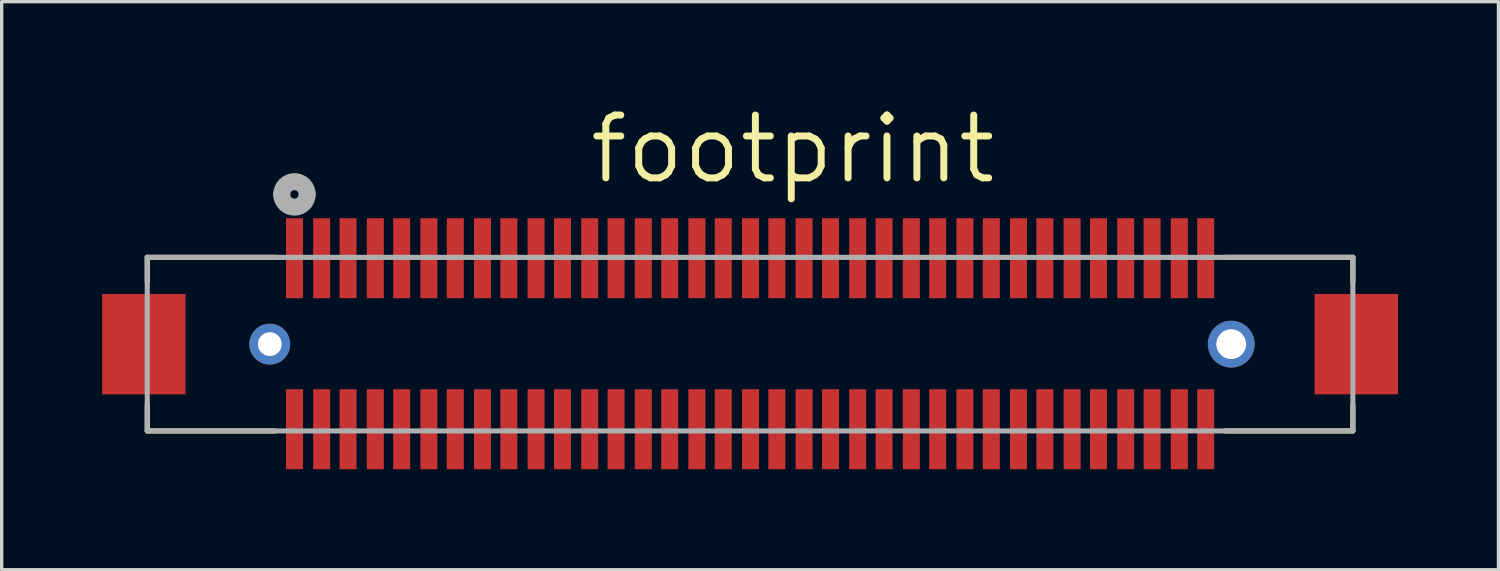
<source format=kicad_pcb>
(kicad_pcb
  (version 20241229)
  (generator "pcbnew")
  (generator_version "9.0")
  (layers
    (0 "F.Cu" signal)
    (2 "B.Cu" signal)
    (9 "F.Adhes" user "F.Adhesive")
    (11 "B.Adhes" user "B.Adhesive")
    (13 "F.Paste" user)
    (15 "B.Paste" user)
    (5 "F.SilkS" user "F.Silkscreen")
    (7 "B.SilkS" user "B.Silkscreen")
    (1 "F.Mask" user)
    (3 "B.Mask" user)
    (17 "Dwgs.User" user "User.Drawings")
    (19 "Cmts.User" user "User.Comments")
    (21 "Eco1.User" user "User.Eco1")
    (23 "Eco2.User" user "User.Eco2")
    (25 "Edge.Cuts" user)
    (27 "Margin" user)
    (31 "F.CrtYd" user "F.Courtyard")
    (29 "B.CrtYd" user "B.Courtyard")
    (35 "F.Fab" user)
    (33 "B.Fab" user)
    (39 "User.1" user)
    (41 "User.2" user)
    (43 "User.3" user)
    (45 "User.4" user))
  (footprint "footprint"
    (layer "F.Cu")
    (at 32.944 9.764)
    (property "Reference" "footprint" (at -18.491 -7.264 0) (layer "F.SilkS") (effects (font (size 1.875 1.875) (thickness 0.208)) (justify left bottom)))
    (fp_line (start -31.598 -5.131) (end -31.598 -4.394) (stroke (width 0.152) (type solid)) (layer "F.SilkS"))
    (fp_line (start -31.598 -0.711) (end -31.598 0.051) (stroke (width 0.152) (type solid)) (layer "F.SilkS"))
    (fp_line (start -31.598 0.051) (end -27.788 0.051) (stroke (width 0.152) (type solid)) (layer "F.SilkS"))
    (fp_line (start -27.788 -5.131) (end -31.598 -5.131) (stroke (width 0.152) (type solid)) (layer "F.SilkS"))
    (fp_line (start 0.584 0.051) (end 4.394 0.051) (stroke (width 0.152) (type solid)) (layer "F.SilkS"))
    (fp_line (start 4.394 -5.131) (end 0.584 -5.131) (stroke (width 0.152) (type solid)) (layer "F.SilkS"))
    (fp_line (start 4.394 -4.394) (end 4.394 -5.131) (stroke (width 0.152) (type solid)) (layer "F.SilkS"))
    (fp_line (start 4.394 0.051) (end 4.394 -0.711) (stroke (width 0.152) (type solid)) (layer "F.SilkS"))
    (fp_arc (start -27.5336 -6.8072) (mid -27.31161 -7.376437) (end -26.8224 -7.010399) (stroke (width 0.12) (type solid)) (layer "F.SilkS"))
    (fp_arc (start -26.8224 -7.0104) (mid -26.833973 -6.905343) (end -26.8732 -6.8072) (stroke (width 0.12) (type solid)) (layer "F.SilkS"))
    (fp_line (start -31.598 -5.131) (end -31.598 0.051) (stroke (width 0.152) (type solid)) (layer "F.Fab"))
    (fp_line (start -31.598 0.051) (end 4.394 0.051) (stroke (width 0.152) (type solid)) (layer "F.Fab"))
    (fp_line (start 4.394 -5.131) (end -31.598 -5.131) (stroke (width 0.152) (type solid)) (layer "F.Fab"))
    (fp_line (start 4.394 0.051) (end 4.394 -5.131) (stroke (width 0.152) (type solid)) (layer "F.Fab"))
    (fp_arc (start -27.5844 -7.0104) (mid -27.2034 -7.3914) (end -26.8224 -7.0104) (stroke (width 0.508) (type solid)) (layer "F.Fab"))
    (fp_arc (start -26.8224 -7.0104) (mid -27.2034 -6.6294) (end -27.5844 -7.0104) (stroke (width 0.508) (type solid)) (layer "F.Fab"))
    (pad "1" smd rect (at -27.203 -5.105 270) (size 2.388 0.508) (layers "F.Cu" "F.Mask" "F.Paste"))
    (pad "2" smd rect (at -27.203 0 270) (size 2.388 0.508) (layers "F.Cu" "F.Mask" "F.Paste"))
    (pad "3" smd rect (at -26.391 -5.105 270) (size 2.388 0.508) (layers "F.Cu" "F.Mask" "F.Paste"))
    (pad "4" smd rect (at -26.391 0 270) (size 2.388 0.508) (layers "F.Cu" "F.Mask" "F.Paste"))
    (pad "5" smd rect (at -25.603 -5.105 270) (size 2.388 0.508) (layers "F.Cu" "F.Mask" "F.Paste"))
    (pad "6" smd rect (at -25.603 0 270) (size 2.388 0.508) (layers "F.Cu" "F.Mask" "F.Paste"))
    (pad "7" smd rect (at -24.79 -5.105 270) (size 2.388 0.508) (layers "F.Cu" "F.Mask" "F.Paste"))
    (pad "8" smd rect (at -24.79 0 270) (size 2.388 0.508) (layers "F.Cu" "F.Mask" "F.Paste"))
    (pad "9" smd rect (at -24.003 -5.105 270) (size 2.388 0.508) (layers "F.Cu" "F.Mask" "F.Paste"))
    (pad "10" smd rect (at -24.003 0 270) (size 2.388 0.508) (layers "F.Cu" "F.Mask" "F.Paste"))
    (pad "11" smd rect (at -23.19 -5.105 270) (size 2.388 0.508) (layers "F.Cu" "F.Mask" "F.Paste"))
    (pad "12" smd rect (at -23.19 0 270) (size 2.388 0.508) (layers "F.Cu" "F.Mask" "F.Paste"))
    (pad "13" smd rect (at -22.403 -5.105 270) (size 2.388 0.508) (layers "F.Cu" "F.Mask" "F.Paste"))
    (pad "14" smd rect (at -22.403 0 270) (size 2.388 0.508) (layers "F.Cu" "F.Mask" "F.Paste"))
    (pad "15" smd rect (at -21.59 -5.105 270) (size 2.388 0.508) (layers "F.Cu" "F.Mask" "F.Paste"))
    (pad "16" smd rect (at -21.59 0 270) (size 2.388 0.508) (layers "F.Cu" "F.Mask" "F.Paste"))
    (pad "17" smd rect (at -20.803 -5.105 270) (size 2.388 0.508) (layers "F.Cu" "F.Mask" "F.Paste"))
    (pad "18" smd rect (at -20.803 0 270) (size 2.388 0.508) (layers "F.Cu" "F.Mask" "F.Paste"))
    (pad "19" smd rect (at -19.99 -5.105 270) (size 2.388 0.508) (layers "F.Cu" "F.Mask" "F.Paste"))
    (pad "20" smd rect (at -19.99 0 270) (size 2.388 0.508) (layers "F.Cu" "F.Mask" "F.Paste"))
    (pad "21" smd rect (at -19.202 -5.105 270) (size 2.388 0.508) (layers "F.Cu" "F.Mask" "F.Paste"))
    (pad "22" smd rect (at -19.202 0 270) (size 2.388 0.508) (layers "F.Cu" "F.Mask" "F.Paste"))
    (pad "23" smd rect (at -18.39 -5.105 270) (size 2.388 0.508) (layers "F.Cu" "F.Mask" "F.Paste"))
    (pad "24" smd rect (at -18.39 0 270) (size 2.388 0.508) (layers "F.Cu" "F.Mask" "F.Paste"))
    (pad "25" smd rect (at -17.602 -5.105 270) (size 2.388 0.508) (layers "F.Cu" "F.Mask" "F.Paste"))
    (pad "26" smd rect (at -17.602 0 270) (size 2.388 0.508) (layers "F.Cu" "F.Mask" "F.Paste"))
    (pad "27" smd rect (at -16.789 -5.105 270) (size 2.388 0.508) (layers "F.Cu" "F.Mask" "F.Paste"))
    (pad "28" smd rect (at -16.789 0 270) (size 2.388 0.508) (layers "F.Cu" "F.Mask" "F.Paste"))
    (pad "29" smd rect (at -16.002 -5.105 270) (size 2.388 0.508) (layers "F.Cu" "F.Mask" "F.Paste"))
    (pad "30" smd rect (at -16.002 0 270) (size 2.388 0.508) (layers "F.Cu" "F.Mask" "F.Paste"))
    (pad "31" smd rect (at -15.189 -5.105 270) (size 2.388 0.508) (layers "F.Cu" "F.Mask" "F.Paste"))
    (pad "32" smd rect (at -15.189 0 270) (size 2.388 0.508) (layers "F.Cu" "F.Mask" "F.Paste"))
    (pad "33" smd rect (at -14.402 -5.105 270) (size 2.388 0.508) (layers "F.Cu" "F.Mask" "F.Paste"))
    (pad "34" smd rect (at -14.402 0 270) (size 2.388 0.508) (layers "F.Cu" "F.Mask" "F.Paste"))
    (pad "35" smd rect (at -13.589 -5.105 270) (size 2.388 0.508) (layers "F.Cu" "F.Mask" "F.Paste"))
    (pad "36" smd rect (at -13.589 0 270) (size 2.388 0.508) (layers "F.Cu" "F.Mask" "F.Paste"))
    (pad "37" smd rect (at -12.802 -5.105 270) (size 2.388 0.508) (layers "F.Cu" "F.Mask" "F.Paste"))
    (pad "38" smd rect (at -12.802 0 270) (size 2.388 0.508) (layers "F.Cu" "F.Mask" "F.Paste"))
    (pad "39" smd rect (at -11.989 -5.105 270) (size 2.388 0.508) (layers "F.Cu" "F.Mask" "F.Paste"))
    (pad "40" smd rect (at -11.989 0 270) (size 2.388 0.508) (layers "F.Cu" "F.Mask" "F.Paste"))
    (pad "41" smd rect (at -11.201 -5.105 270) (size 2.388 0.508) (layers "F.Cu" "F.Mask" "F.Paste"))
    (pad "42" smd rect (at -11.201 0 270) (size 2.388 0.508) (layers "F.Cu" "F.Mask" "F.Paste"))
    (pad "43" smd rect (at -10.389 -5.105 270) (size 2.388 0.508) (layers "F.Cu" "F.Mask" "F.Paste"))
    (pad "44" smd rect (at -10.389 0 270) (size 2.388 0.508) (layers "F.Cu" "F.Mask" "F.Paste"))
    (pad "45" smd rect (at -9.601 -5.105 270) (size 2.388 0.508) (layers "F.Cu" "F.Mask" "F.Paste"))
    (pad "46" smd rect (at -9.601 0 270) (size 2.388 0.508) (layers "F.Cu" "F.Mask" "F.Paste"))
    (pad "47" smd rect (at -8.788 -5.105 270) (size 2.388 0.508) (layers "F.Cu" "F.Mask" "F.Paste"))
    (pad "48" smd rect (at -8.788 0 270) (size 2.388 0.508) (layers "F.Cu" "F.Mask" "F.Paste"))
    (pad "49" smd rect (at -8.001 -5.105 270) (size 2.388 0.508) (layers "F.Cu" "F.Mask" "F.Paste"))
    (pad "50" smd rect (at -8.001 0 270) (size 2.388 0.508) (layers "F.Cu" "F.Mask" "F.Paste"))
    (pad "51" smd rect (at -7.188 -5.105 270) (size 2.388 0.508) (layers "F.Cu" "F.Mask" "F.Paste"))
    (pad "52" smd rect (at -7.188 0 270) (size 2.388 0.508) (layers "F.Cu" "F.Mask" "F.Paste"))
    (pad "53" smd rect (at -6.401 -5.105 270) (size 2.388 0.508) (layers "F.Cu" "F.Mask" "F.Paste"))
    (pad "54" smd rect (at -6.401 0 270) (size 2.388 0.508) (layers "F.Cu" "F.Mask" "F.Paste"))
    (pad "55" smd rect (at -5.588 -5.105 270) (size 2.388 0.508) (layers "F.Cu" "F.Mask" "F.Paste"))
    (pad "56" smd rect (at -5.588 0 270) (size 2.388 0.508) (layers "F.Cu" "F.Mask" "F.Paste"))
    (pad "57" smd rect (at -4.801 -5.105 270) (size 2.388 0.508) (layers "F.Cu" "F.Mask" "F.Paste"))
    (pad "58" smd rect (at -4.801 0 270) (size 2.388 0.508) (layers "F.Cu" "F.Mask" "F.Paste"))
    (pad "59" smd rect (at -3.988 -5.105 270) (size 2.388 0.508) (layers "F.Cu" "F.Mask" "F.Paste"))
    (pad "60" smd rect (at -3.988 0 270) (size 2.388 0.508) (layers "F.Cu" "F.Mask" "F.Paste"))
    (pad "61" smd rect (at -3.2 -5.105 270) (size 2.388 0.508) (layers "F.Cu" "F.Mask" "F.Paste"))
    (pad "62" smd rect (at -3.2 0 270) (size 2.388 0.508) (layers "F.Cu" "F.Mask" "F.Paste"))
    (pad "63" smd rect (at -2.388 -5.105 270) (size 2.388 0.508) (layers "F.Cu" "F.Mask" "F.Paste"))
    (pad "64" smd rect (at -2.388 0 270) (size 2.388 0.508) (layers "F.Cu" "F.Mask" "F.Paste"))
    (pad "65" smd rect (at -1.6 -5.105 270) (size 2.388 0.508) (layers "F.Cu" "F.Mask" "F.Paste"))
    (pad "66" smd rect (at -1.6 0 270) (size 2.388 0.508) (layers "F.Cu" "F.Mask" "F.Paste"))
    (pad "67" smd rect (at -0.787 -5.105 270) (size 2.388 0.508) (layers "F.Cu" "F.Mask" "F.Paste"))
    (pad "68" smd rect (at -0.787 0 270) (size 2.388 0.508) (layers "F.Cu" "F.Mask" "F.Paste"))
    (pad "69" smd rect (at 0 -5.105 270) (size 2.388 0.508) (layers "F.Cu" "F.Mask" "F.Paste"))
    (pad "70" smd rect (at 0 0 270) (size 2.388 0.508) (layers "F.Cu" "F.Mask" "F.Paste"))
    (pad "71" smd rect (at -31.699 -2.54) (size 2.489 2.997) (layers "F.Cu" "F.Mask" "F.Paste"))
    (pad "72" smd rect (at 4.496 -2.54) (size 2.489 2.997) (layers "F.Cu" "F.Mask" "F.Paste"))
    (pad "73" thru_hole circle (at -27.94 -2.54) (size 1.219 1.219) (drill 0.711) (layers "*.Cu" "*.Mask"))
    (pad "74" thru_hole circle (at 0.762 -2.54) (size 1.397 1.397) (drill 0.889) (layers "*.Cu" "*.Mask")))
  (gr_rect
    (start -3 -3)
    (end 41.684 13.958)
    (stroke (width 0.1) (type default))
    (fill no)
    (layer "Edge.Cuts")))
</source>
